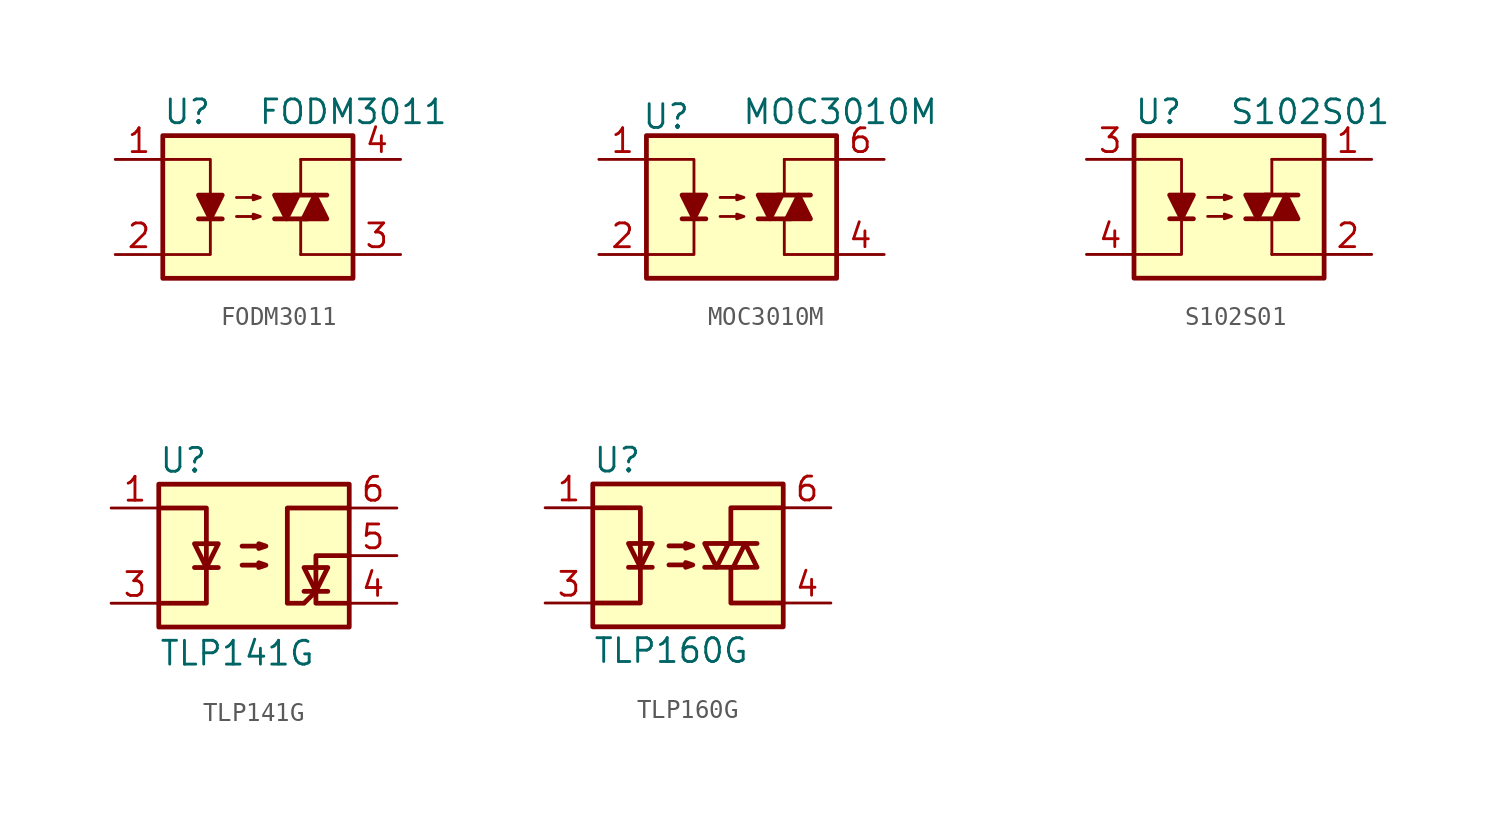
<source format=kicad_sym>
(kicad_symbol_lib
  (version 20201005)
  (generator kicad_symbol_editor)
  (symbol "FODM3011"
    (pin_names
      (offset 1.016))
    (property "Reference" "U"
      (at -5.08 5.08 0)
      (effects (font (size 1.27 1.27)) (justify left)))
    (property "Value" "FODM3011"
      (at 0 5.08 0)
      (effects (font (size 1.27 1.27)) (justify left)))
    (symbol "FODM3011_0_1"
      (rectangle (start -5.08 3.81) (end 5.08 -3.81) (stroke (width 0.254)) (fill (type background)))
      (polyline (pts (xy -3.175 -0.635) (xy -1.905 -0.635)) (stroke (width 0.254)) (fill (type none)))
      (polyline (pts (xy 1.905 0.635) (xy 3.683 0.635)) (stroke (width 0.254)) (fill (type none)))
      (polyline (pts (xy 2.286 -2.54) (xy 2.286 -0.635)) (stroke (width 0)) (fill (type none)))
      (polyline (pts (xy 2.286 -2.54) (xy 5.08 -2.54)) (stroke (width 0)) (fill (type none)))
      (polyline (pts (xy 2.286 2.54) (xy 2.286 0.635)) (stroke (width 0)) (fill (type none)))
      (polyline (pts (xy 2.286 2.54) (xy 5.08 2.54)) (stroke (width 0)) (fill (type none)))
      (polyline (pts (xy 2.667 -0.635) (xy 0.889 -0.635)) (stroke (width 0.254)) (fill (type none)))
      (polyline (pts (xy -5.08 2.54) (xy -2.54 2.54) (xy -2.54 0.635)) (stroke (width 0)) (fill (type none)))
      (polyline (pts (xy -2.54 -0.635) (xy -2.54 -2.54) (xy -5.08 -2.54)) (stroke (width 0)) (fill (type none)))
      (polyline (pts (xy -2.54 -0.635) (xy -3.175 0.635) (xy -1.905 0.635) (xy -2.54 -0.635)) (stroke (width 0.254)) (fill (type outline)))
      (polyline (pts (xy 1.524 -0.635) (xy 2.159 0.635) (xy 0.889 0.635) (xy 1.524 -0.635)) (stroke (width 0.254)) (fill (type outline)))
      (polyline (pts (xy 3.048 0.635) (xy 2.413 -0.635) (xy 3.683 -0.635) (xy 3.048 0.635)) (stroke (width 0.254)) (fill (type outline)))
      (polyline (pts (xy -1.143 -0.508) (xy 0.127 -0.508) (xy -0.254 -0.635) (xy -0.254 -0.381) (xy 0.127 -0.508)) (stroke (width 0)) (fill (type none)))
      (polyline (pts (xy -1.143 0.508) (xy 0.127 0.508) (xy -0.254 0.381) (xy -0.254 0.635) (xy 0.127 0.508)) (stroke (width 0)) (fill (type none))))
    (symbol "FODM3011_1_1"
      (pin passive line (at -7.62 2.54 0) (length 2.54) (name "~" (effects (font (size 1.27 1.27)))) (number "1" (effects (font (size 1.27 1.27)))))
      (pin passive line (at -7.62 -2.54 0) (length 2.54) (name "~" (effects (font (size 1.27 1.27)))) (number "2" (effects (font (size 1.27 1.27)))))
      (pin passive line (at 7.62 -2.54 180) (length 2.54) (name "~" (effects (font (size 1.27 1.27)))) (number "3" (effects (font (size 1.27 1.27)))))
      (pin passive line (at 7.62 2.54 180) (length 2.54) (name "~" (effects (font (size 1.27 1.27)))) (number "4" (effects (font (size 1.27 1.27)))))))
  (symbol "MOC3010M"
    (pin_names
      (offset 1.016))
    (property "Reference" "U"
      (at -5.334 4.826 0)
      (effects (font (size 1.27 1.27)) (justify left)))
    (property "Value" "MOC3010M"
      (at 0 5.08 0)
      (effects (font (size 1.27 1.27)) (justify left)))
    (symbol "MOC3010M_0_1"
      (rectangle (start -5.08 3.81) (end 5.08 -3.81) (stroke (width 0.254)) (fill (type background)))
      (polyline (pts (xy -3.175 -0.635) (xy -1.905 -0.635)) (stroke (width 0.254)) (fill (type none)))
      (polyline (pts (xy 1.905 0.635) (xy 3.683 0.635)) (stroke (width 0.254)) (fill (type none)))
      (polyline (pts (xy 2.286 -2.54) (xy 2.286 -0.635)) (stroke (width 0)) (fill (type none)))
      (polyline (pts (xy 2.286 -2.54) (xy 5.08 -2.54)) (stroke (width 0)) (fill (type none)))
      (polyline (pts (xy 2.286 2.54) (xy 2.286 0.635)) (stroke (width 0)) (fill (type none)))
      (polyline (pts (xy 2.286 2.54) (xy 5.08 2.54)) (stroke (width 0)) (fill (type none)))
      (polyline (pts (xy 2.667 -0.635) (xy 0.889 -0.635)) (stroke (width 0.254)) (fill (type none)))
      (polyline (pts (xy -5.08 2.54) (xy -2.54 2.54) (xy -2.54 0.635)) (stroke (width 0)) (fill (type none)))
      (polyline (pts (xy -2.54 -0.635) (xy -2.54 -2.54) (xy -5.08 -2.54)) (stroke (width 0)) (fill (type none)))
      (polyline (pts (xy -2.54 -0.635) (xy -3.175 0.635) (xy -1.905 0.635) (xy -2.54 -0.635)) (stroke (width 0.254)) (fill (type outline)))
      (polyline (pts (xy 1.524 -0.635) (xy 2.159 0.635) (xy 0.889 0.635) (xy 1.524 -0.635)) (stroke (width 0.254)) (fill (type outline)))
      (polyline (pts (xy 3.048 0.635) (xy 2.413 -0.635) (xy 3.683 -0.635) (xy 3.048 0.635)) (stroke (width 0.254)) (fill (type outline)))
      (polyline (pts (xy -1.143 -0.508) (xy 0.127 -0.508) (xy -0.254 -0.635) (xy -0.254 -0.381) (xy 0.127 -0.508)) (stroke (width 0)) (fill (type none)))
      (polyline (pts (xy -1.143 0.508) (xy 0.127 0.508) (xy -0.254 0.381) (xy -0.254 0.635) (xy 0.127 0.508)) (stroke (width 0)) (fill (type none))))
    (symbol "MOC3010M_1_1"
      (pin passive line (at -7.62 2.54 0) (length 2.54) (name "~" (effects (font (size 1.27 1.27)))) (number "1" (effects (font (size 1.27 1.27)))))
      (pin passive line (at -7.62 -2.54 0) (length 2.54) (name "~" (effects (font (size 1.27 1.27)))) (number "2" (effects (font (size 1.27 1.27)))))
      (pin no_connect line (at -7.62 0 0) (length 2.54) hide (name "NC" (effects (font (size 1.27 1.27)))) (number "3" (effects (font (size 1.27 1.27)))))
      (pin passive line (at 7.62 -2.54 180) (length 2.54) (name "~" (effects (font (size 1.27 1.27)))) (number "4" (effects (font (size 1.27 1.27)))))
      (pin no_connect line (at 7.62 0 180) (length 2.54) hide (name "NC" (effects (font (size 1.27 1.27)))) (number "5" (effects (font (size 1.27 1.27)))))
      (pin passive line (at 7.62 2.54 180) (length 2.54) (name "~" (effects (font (size 1.27 1.27)))) (number "6" (effects (font (size 1.27 1.27)))))))
  (symbol "S102S01"
    (pin_names
      (offset 1.016))
    (property "Reference" "U"
      (at -5.08 5.08 0)
      (effects (font (size 1.27 1.27)) (justify left)))
    (property "Value" "S102S01"
      (at 0 5.08 0)
      (effects (font (size 1.27 1.27)) (justify left)))
    (symbol "S102S01_0_1"
      (rectangle (start -5.08 3.81) (end 5.08 -3.81) (stroke (width 0.254)) (fill (type background)))
      (polyline (pts (xy -3.175 -0.635) (xy -1.905 -0.635)) (stroke (width 0.254)) (fill (type none)))
      (polyline (pts (xy 1.905 0.635) (xy 3.683 0.635)) (stroke (width 0.254)) (fill (type none)))
      (polyline (pts (xy 2.286 -2.54) (xy 2.286 -0.635)) (stroke (width 0)) (fill (type none)))
      (polyline (pts (xy 2.286 -2.54) (xy 5.08 -2.54)) (stroke (width 0)) (fill (type none)))
      (polyline (pts (xy 2.286 2.54) (xy 2.286 0.635)) (stroke (width 0)) (fill (type none)))
      (polyline (pts (xy 2.286 2.54) (xy 5.08 2.54)) (stroke (width 0)) (fill (type none)))
      (polyline (pts (xy 2.667 -0.635) (xy 0.889 -0.635)) (stroke (width 0.254)) (fill (type none)))
      (polyline (pts (xy -5.08 2.54) (xy -2.54 2.54) (xy -2.54 0.635)) (stroke (width 0)) (fill (type none)))
      (polyline (pts (xy -2.54 -0.635) (xy -2.54 -2.54) (xy -5.08 -2.54)) (stroke (width 0)) (fill (type none)))
      (polyline (pts (xy -2.54 -0.635) (xy -3.175 0.635) (xy -1.905 0.635) (xy -2.54 -0.635)) (stroke (width 0.254)) (fill (type outline)))
      (polyline (pts (xy 1.524 -0.635) (xy 2.159 0.635) (xy 0.889 0.635) (xy 1.524 -0.635)) (stroke (width 0.254)) (fill (type outline)))
      (polyline (pts (xy 3.048 0.635) (xy 2.413 -0.635) (xy 3.683 -0.635) (xy 3.048 0.635)) (stroke (width 0.254)) (fill (type outline)))
      (polyline (pts (xy -1.143 -0.508) (xy 0.127 -0.508) (xy -0.254 -0.635) (xy -0.254 -0.381) (xy 0.127 -0.508)) (stroke (width 0)) (fill (type none)))
      (polyline (pts (xy -1.143 0.508) (xy 0.127 0.508) (xy -0.254 0.381) (xy -0.254 0.635) (xy 0.127 0.508)) (stroke (width 0)) (fill (type none))))
    (symbol "S102S01_1_1"
      (pin passive line (at 7.62 2.54 180) (length 2.54) (name "~" (effects (font (size 1.27 1.27)))) (number "1" (effects (font (size 1.27 1.27)))))
      (pin passive line (at 7.62 -2.54 180) (length 2.54) (name "~" (effects (font (size 1.27 1.27)))) (number "2" (effects (font (size 1.27 1.27)))))
      (pin passive line (at -7.62 2.54 0) (length 2.54) (name "~" (effects (font (size 1.27 1.27)))) (number "3" (effects (font (size 1.27 1.27)))))
      (pin passive line (at -7.62 -2.54 0) (length 2.54) (name "~" (effects (font (size 1.27 1.27)))) (number "4" (effects (font (size 1.27 1.27)))))))
  (symbol "TLP141G"
    (pin_names
      (offset 1.016))
    (property "Reference" "U"
      (at -5.08 5.08 0)
      (effects (font (size 1.27 1.27)) (justify left)))
    (property "Value" "TLP141G"
      (at -5.08 -5.207 0)
      (effects (font (size 1.27 1.27)) (justify left)))
    (symbol "TLP141G_0_1"
      (rectangle (start -5.08 3.81) (end 5.08 -3.81) (stroke (width 0.254)) (fill (type background)))
      (polyline (pts (xy -3.175 -0.635) (xy -1.905 -0.635)) (stroke (width 0.254)) (fill (type none)))
      (polyline (pts (xy 2.667 -1.905) (xy 3.937 -1.905)) (stroke (width 0.254)) (fill (type none)))
      (polyline (pts (xy -5.08 2.54) (xy -2.54 2.54) (xy -2.54 -2.54) (xy -5.08 -2.54)) (stroke (width 0.254)) (fill (type none)))
      (polyline (pts (xy -2.54 -0.635) (xy -3.175 0.635) (xy -1.905 0.635) (xy -2.54 -0.635)) (stroke (width 0.254)) (fill (type none)))
      (polyline (pts (xy 3.302 -1.905) (xy 2.667 -0.635) (xy 3.937 -0.635) (xy 3.302 -1.905)) (stroke (width 0.254)) (fill (type none)))
      (polyline (pts (xy 5.08 0) (xy 3.302 0) (xy 3.302 -2.54) (xy 5.08 -2.54)) (stroke (width 0.254)) (fill (type none)))
      (polyline (pts (xy -0.635 -0.508) (xy 0.635 -0.508) (xy 0.254 -0.635) (xy 0.254 -0.381) (xy 0.635 -0.508)) (stroke (width 0.254)) (fill (type none)))
      (polyline (pts (xy -0.635 0.508) (xy 0.635 0.508) (xy 0.254 0.381) (xy 0.254 0.635) (xy 0.635 0.508)) (stroke (width 0.254)) (fill (type none)))
      (polyline (pts (xy 5.08 2.54) (xy 1.778 2.54) (xy 1.778 -2.54) (xy 2.667 -2.54) (xy 3.302 -1.905)) (stroke (width 0.254)) (fill (type none))))
    (symbol "TLP141G_1_1"
      (pin passive line (at -7.62 2.54 0) (length 2.54) (name "~" (effects (font (size 1.27 1.27)))) (number "1" (effects (font (size 1.27 1.27)))))
      (pin passive line (at -7.62 -2.54 0) (length 2.54) (name "~" (effects (font (size 1.27 1.27)))) (number "3" (effects (font (size 1.27 1.27)))))
      (pin passive line (at 7.62 -2.54 180) (length 2.54) (name "~" (effects (font (size 1.27 1.27)))) (number "4" (effects (font (size 1.27 1.27)))))
      (pin passive line (at 7.62 0 180) (length 2.54) (name "~" (effects (font (size 1.27 1.27)))) (number "5" (effects (font (size 1.27 1.27)))))
      (pin passive line (at 7.62 2.54 180) (length 2.54) (name "~" (effects (font (size 1.27 1.27)))) (number "6" (effects (font (size 1.27 1.27)))))))
  (symbol "TLP160G"
    (pin_names
      (offset 1.016))
    (property "Reference" "U"
      (at -5.08 5.08 0)
      (effects (font (size 1.27 1.27)) (justify left)))
    (property "Value" "TLP160G"
      (at -5.08 -5.08 0)
      (effects (font (size 1.27 1.27)) (justify left)))
    (symbol "TLP160G_0_1"
      (rectangle (start -5.08 3.81) (end 5.08 -3.81) (stroke (width 0.254)) (fill (type background)))
      (polyline (pts (xy -3.175 -0.635) (xy -1.905 -0.635)) (stroke (width 0.254)) (fill (type none)))
      (polyline (pts (xy 1.905 0.635) (xy 3.683 0.635)) (stroke (width 0.254)) (fill (type none)))
      (polyline (pts (xy 2.667 -0.635) (xy 0.889 -0.635)) (stroke (width 0.254)) (fill (type none)))
      (polyline (pts (xy 2.286 -0.635) (xy 2.286 -2.54) (xy 5.08 -2.54)) (stroke (width 0.254)) (fill (type none)))
      (polyline (pts (xy 5.08 2.54) (xy 2.286 2.54) (xy 2.286 0.635)) (stroke (width 0.254)) (fill (type none)))
      (polyline (pts (xy -4.953 2.54) (xy -2.54 2.54) (xy -2.54 -2.54) (xy -5.08 -2.54)) (stroke (width 0.254)) (fill (type none)))
      (polyline (pts (xy -2.54 -0.635) (xy -3.175 0.635) (xy -1.905 0.635) (xy -2.54 -0.635)) (stroke (width 0.254)) (fill (type none)))
      (polyline (pts (xy 1.524 -0.635) (xy 2.159 0.635) (xy 0.889 0.635) (xy 1.524 -0.635)) (stroke (width 0.254)) (fill (type none)))
      (polyline (pts (xy 3.048 0.635) (xy 2.413 -0.635) (xy 3.683 -0.635) (xy 3.048 0.635)) (stroke (width 0.254)) (fill (type none)))
      (polyline (pts (xy -1.016 -0.508) (xy 0.254 -0.508) (xy -0.127 -0.635) (xy -0.127 -0.381) (xy 0.254 -0.508)) (stroke (width 0.254)) (fill (type none)))
      (polyline (pts (xy -1.016 0.508) (xy 0.254 0.508) (xy -0.127 0.381) (xy -0.127 0.635) (xy 0.254 0.508)) (stroke (width 0.254)) (fill (type none))))
    (symbol "TLP160G_1_1"
      (pin passive line (at -7.62 2.54 0) (length 2.54) (name "~" (effects (font (size 1.27 1.27)))) (number "1" (effects (font (size 1.27 1.27)))))
      (pin passive line (at -7.62 -2.54 0) (length 2.54) (name "~" (effects (font (size 1.27 1.27)))) (number "3" (effects (font (size 1.27 1.27)))))
      (pin passive line (at 7.62 -2.54 180) (length 2.54) (name "~" (effects (font (size 1.27 1.27)))) (number "4" (effects (font (size 1.27 1.27)))))
      (pin passive line (at 7.62 2.54 180) (length 2.54) (name "~" (effects (font (size 1.27 1.27)))) (number "6" (effects (font (size 1.27 1.27))))))))
</source>
